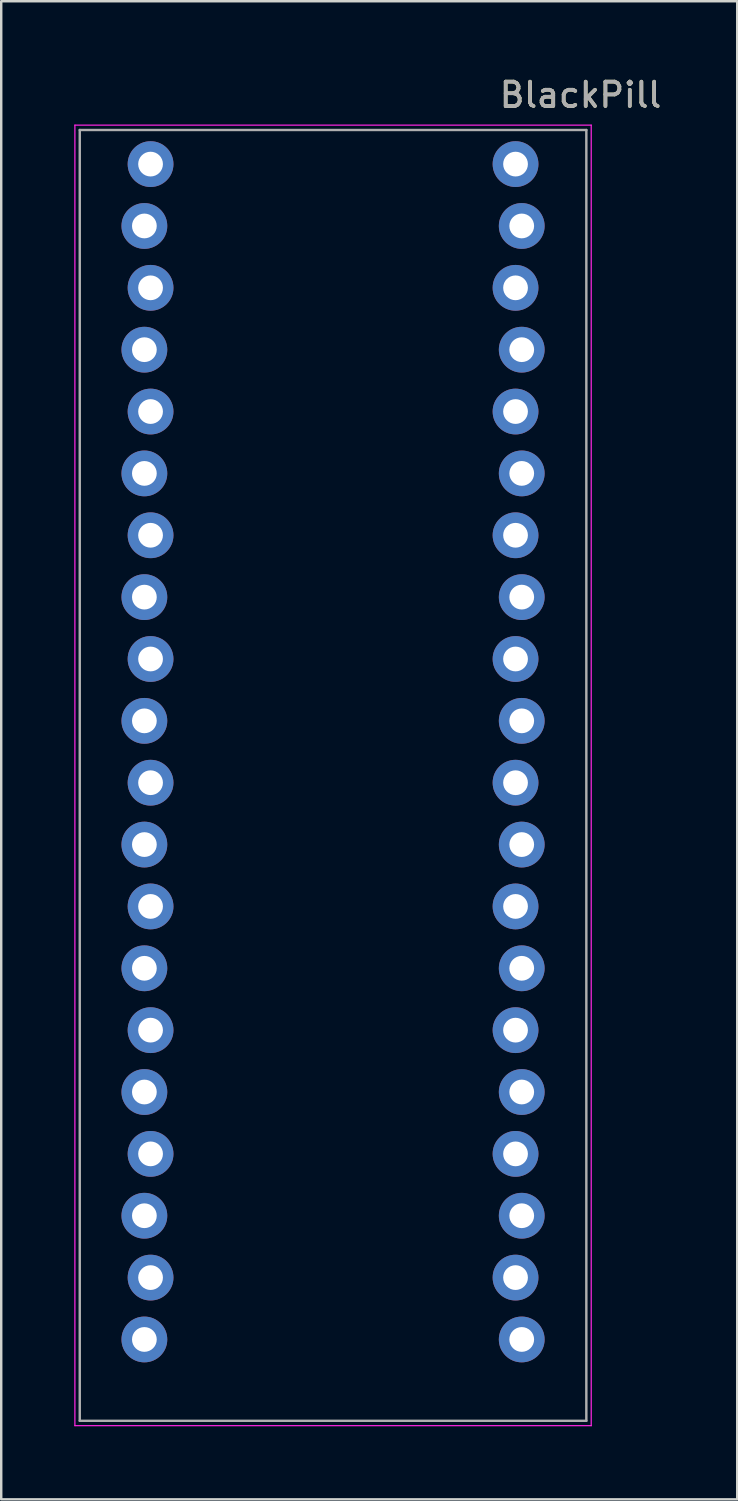
<source format=kicad_pcb>
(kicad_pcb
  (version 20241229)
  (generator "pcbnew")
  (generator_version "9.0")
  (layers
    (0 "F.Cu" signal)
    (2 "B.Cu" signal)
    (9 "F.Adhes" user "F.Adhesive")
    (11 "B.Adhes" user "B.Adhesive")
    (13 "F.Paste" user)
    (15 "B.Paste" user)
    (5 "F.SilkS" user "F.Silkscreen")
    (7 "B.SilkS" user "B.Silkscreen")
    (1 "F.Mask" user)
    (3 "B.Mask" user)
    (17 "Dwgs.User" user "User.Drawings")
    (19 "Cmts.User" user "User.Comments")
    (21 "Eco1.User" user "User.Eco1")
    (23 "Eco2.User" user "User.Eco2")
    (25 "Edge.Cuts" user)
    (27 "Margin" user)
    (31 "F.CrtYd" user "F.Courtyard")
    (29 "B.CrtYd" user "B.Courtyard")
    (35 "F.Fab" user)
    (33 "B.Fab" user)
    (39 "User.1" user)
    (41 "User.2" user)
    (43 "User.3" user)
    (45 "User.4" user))
  (footprint "BlackPill"
    (layer "F.Cu")
    (at 10.625 28.788)
    (property "Reference" "BlackPill" (at 10.16 -27.94 0) (layer "F.SilkS") (effects (font (size 1 1) (thickness 0.15))))
    (attr through_hole)
    (fp_line (start -10.6 -26.7) (end -10.6 26.7) (stroke (width 0.05) (type solid)) (layer "F.CrtYd"))
    (fp_line (start -10.6 26.7) (end 10.6 26.7) (stroke (width 0.05) (type solid)) (layer "F.CrtYd"))
    (fp_line (start 10.6 -26.7) (end -10.6 -26.7) (stroke (width 0.05) (type solid)) (layer "F.CrtYd"))
    (fp_line (start 10.6 26.7) (end 10.6 -26.7) (stroke (width 0.05) (type solid)) (layer "F.CrtYd"))
    (fp_line (start -10.4 -26.5) (end -10.4 26.5) (stroke (width 0.1) (type solid)) (layer "F.Fab"))
    (fp_line (start -10.4 26.5) (end 10.4 26.5) (stroke (width 0.1) (type solid)) (layer "F.Fab"))
    (fp_line (start 10.4 -26.5) (end -10.4 -26.5) (stroke (width 0.1) (type solid)) (layer "F.Fab"))
    (fp_line (start 10.4 26.5) (end 10.4 -26.5) (stroke (width 0.1) (type solid)) (layer "F.Fab"))
    (fp_text user "${REFERENCE}" (at 10.16 -27.94 0) (layer "F.Fab") (effects (font (size 1 1) (thickness 0.15))))
    (pad "1" thru_hole circle (at -7.493 -25.1 270) (size 1.88 1.88) (drill 1.016) (layers "*.Cu" "*.Mask"))
    (pad "2" thru_hole circle (at -7.747 -22.56 270) (size 1.88 1.88) (drill 1.016) (layers "*.Cu" "*.Mask"))
    (pad "3" thru_hole circle (at -7.493 -20.02 270) (size 1.88 1.88) (drill 1.016) (layers "*.Cu" "*.Mask"))
    (pad "4" thru_hole circle (at -7.747 -17.48 270) (size 1.88 1.88) (drill 1.016) (layers "*.Cu" "*.Mask"))
    (pad "5" thru_hole circle (at -7.493 -14.94 270) (size 1.88 1.88) (drill 1.016) (layers "*.Cu" "*.Mask"))
    (pad "6" thru_hole circle (at -7.747 -12.4 270) (size 1.88 1.88) (drill 1.016) (layers "*.Cu" "*.Mask"))
    (pad "7" thru_hole circle (at -7.493 -9.86 270) (size 1.88 1.88) (drill 1.016) (layers "*.Cu" "*.Mask"))
    (pad "8" thru_hole circle (at -7.747 -7.32 270) (size 1.88 1.88) (drill 1.016) (layers "*.Cu" "*.Mask"))
    (pad "9" thru_hole circle (at -7.493 -4.78 270) (size 1.88 1.88) (drill 1.016) (layers "*.Cu" "*.Mask"))
    (pad "10" thru_hole circle (at -7.747 -2.24 270) (size 1.88 1.88) (drill 1.016) (layers "*.Cu" "*.Mask"))
    (pad "11" thru_hole circle (at -7.493 0.3 270) (size 1.88 1.88) (drill 1.016) (layers "*.Cu" "*.Mask"))
    (pad "12" thru_hole circle (at -7.747 2.84 270) (size 1.88 1.88) (drill 1.016) (layers "*.Cu" "*.Mask"))
    (pad "13" thru_hole circle (at -7.493 5.38 270) (size 1.88 1.88) (drill 1.016) (layers "*.Cu" "*.Mask"))
    (pad "14" thru_hole circle (at -7.747 7.92 270) (size 1.88 1.88) (drill 1.016) (layers "*.Cu" "*.Mask"))
    (pad "15" thru_hole circle (at -7.493 10.46 270) (size 1.88 1.88) (drill 1.016) (layers "*.Cu" "*.Mask"))
    (pad "16" thru_hole circle (at -7.747 13 270) (size 1.88 1.88) (drill 1.016) (layers "*.Cu" "*.Mask"))
    (pad "17" thru_hole circle (at -7.493 15.54 270) (size 1.88 1.88) (drill 1.016) (layers "*.Cu" "*.Mask"))
    (pad "18" thru_hole circle (at -7.747 18.08 270) (size 1.88 1.88) (drill 1.016) (layers "*.Cu" "*.Mask"))
    (pad "19" thru_hole circle (at -7.493 20.62 270) (size 1.88 1.88) (drill 1.016) (layers "*.Cu" "*.Mask"))
    (pad "20" thru_hole circle (at -7.747 23.16 270) (size 1.88 1.88) (drill 1.016) (layers "*.Cu" "*.Mask"))
    (pad "21" thru_hole circle (at 7.747 23.16 90) (size 1.88 1.88) (drill 1.016) (layers "*.Cu" "*.Mask"))
    (pad "22" thru_hole circle (at 7.493 20.62 90) (size 1.88 1.88) (drill 1.016) (layers "*.Cu" "*.Mask"))
    (pad "23" thru_hole circle (at 7.747 18.08 90) (size 1.88 1.88) (drill 1.016) (layers "*.Cu" "*.Mask"))
    (pad "24" thru_hole circle (at 7.493 15.54 90) (size 1.88 1.88) (drill 1.016) (layers "*.Cu" "*.Mask"))
    (pad "25" thru_hole circle (at 7.747 13 90) (size 1.88 1.88) (drill 1.016) (layers "*.Cu" "*.Mask"))
    (pad "26" thru_hole circle (at 7.493 10.46 90) (size 1.88 1.88) (drill 1.016) (layers "*.Cu" "*.Mask"))
    (pad "27" thru_hole circle (at 7.747 7.92 90) (size 1.88 1.88) (drill 1.016) (layers "*.Cu" "*.Mask"))
    (pad "28" thru_hole circle (at 7.493 5.38 90) (size 1.88 1.88) (drill 1.016) (layers "*.Cu" "*.Mask"))
    (pad "29" thru_hole circle (at 7.747 2.84 90) (size 1.88 1.88) (drill 1.016) (layers "*.Cu" "*.Mask"))
    (pad "30" thru_hole circle (at 7.493 0.3 90) (size 1.88 1.88) (drill 1.016) (layers "*.Cu" "*.Mask"))
    (pad "31" thru_hole circle (at 7.747 -2.24 90) (size 1.88 1.88) (drill 1.016) (layers "*.Cu" "*.Mask"))
    (pad "32" thru_hole circle (at 7.493 -4.78 90) (size 1.88 1.88) (drill 1.016) (layers "*.Cu" "*.Mask"))
    (pad "33" thru_hole circle (at 7.747 -7.32 90) (size 1.88 1.88) (drill 1.016) (layers "*.Cu" "*.Mask"))
    (pad "34" thru_hole circle (at 7.493 -9.86 90) (size 1.88 1.88) (drill 1.016) (layers "*.Cu" "*.Mask"))
    (pad "35" thru_hole circle (at 7.747 -12.4 90) (size 1.88 1.88) (drill 1.016) (layers "*.Cu" "*.Mask"))
    (pad "36" thru_hole circle (at 7.493 -14.94 90) (size 1.88 1.88) (drill 1.016) (layers "*.Cu" "*.Mask"))
    (pad "37" thru_hole circle (at 7.747 -17.48 90) (size 1.88 1.88) (drill 1.016) (layers "*.Cu" "*.Mask"))
    (pad "38" thru_hole circle (at 7.493 -20.02 90) (size 1.88 1.88) (drill 1.016) (layers "*.Cu" "*.Mask"))
    (pad "39" thru_hole circle (at 7.747 -22.56 90) (size 1.88 1.88) (drill 1.016) (layers "*.Cu" "*.Mask"))
    (pad "40" thru_hole circle (at 7.493 -25.1 90) (size 1.88 1.88) (drill 1.016) (layers "*.Cu" "*.Mask")))
  (gr_rect
    (start -3 -3)
    (end 27.22 58.513)
    (stroke (width 0.1) (type default))
    (fill no)
    (layer "Edge.Cuts")))
</source>
